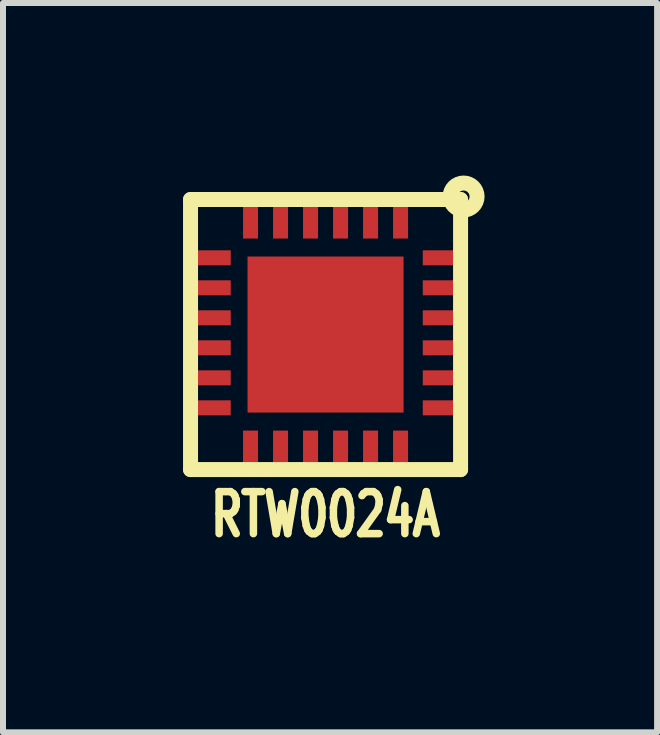
<source format=kicad_pcb>
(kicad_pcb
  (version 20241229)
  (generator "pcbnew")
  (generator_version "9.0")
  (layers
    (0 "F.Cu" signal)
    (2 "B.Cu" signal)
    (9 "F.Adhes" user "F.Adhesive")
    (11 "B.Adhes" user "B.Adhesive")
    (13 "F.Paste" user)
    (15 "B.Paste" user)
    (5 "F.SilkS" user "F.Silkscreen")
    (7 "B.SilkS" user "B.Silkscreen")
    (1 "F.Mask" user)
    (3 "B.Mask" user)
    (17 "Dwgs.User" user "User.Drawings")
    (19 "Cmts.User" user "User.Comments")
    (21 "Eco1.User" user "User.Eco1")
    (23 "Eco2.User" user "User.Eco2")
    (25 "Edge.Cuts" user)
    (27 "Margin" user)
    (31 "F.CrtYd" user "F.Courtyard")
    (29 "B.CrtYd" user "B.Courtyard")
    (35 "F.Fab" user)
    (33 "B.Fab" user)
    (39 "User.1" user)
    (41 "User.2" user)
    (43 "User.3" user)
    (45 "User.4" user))
  (footprint "RTW0024A"
    (layer "F.Cu")
    (at 2.375 2.525)
    (property "Reference" "RTW0024A" (at 0 3 0) (layer "F.SilkS") (effects (font (size 0.7 0.5) (thickness 0.125))))
    (attr through_hole)
    (fp_line (start -2.25 -2.25) (end -2.25 2.25) (stroke (width 0.25) (type solid)) (layer "F.SilkS"))
    (fp_line (start -2.25 2.25) (end 2.25 2.25) (stroke (width 0.25) (type solid)) (layer "F.SilkS"))
    (fp_line (start 2.25 -2.25) (end -2.25 -2.25) (stroke (width 0.25) (type solid)) (layer "F.SilkS"))
    (fp_line (start 2.25 2.25) (end 2.25 -2.25) (stroke (width 0.25) (type solid)) (layer "F.SilkS"))
    (fp_circle (center 2.3 -2.3) (end 2.3 -2.2) (stroke (width 0.25) (type solid)) (fill no) (layer "F.SilkS"))
    (pad "1" smd rect (at -1.25 -1.9) (size 0.25 0.6) (layers "F.Cu" "F.Mask" "F.Paste"))
    (pad "2" smd rect (at -0.75 -1.9) (size 0.25 0.6) (layers "F.Cu" "F.Mask" "F.Paste"))
    (pad "3" smd rect (at -0.25 -1.9) (size 0.25 0.6) (layers "F.Cu" "F.Mask" "F.Paste"))
    (pad "4" smd rect (at 0.25 -1.9) (size 0.25 0.6) (layers "F.Cu" "F.Mask" "F.Paste"))
    (pad "5" smd rect (at 0.75 -1.9) (size 0.25 0.6) (layers "F.Cu" "F.Mask" "F.Paste"))
    (pad "6" smd rect (at 1.25 -1.9) (size 0.25 0.6) (layers "F.Cu" "F.Mask" "F.Paste"))
    (pad "7" smd rect (at 1.92 -1.279 90) (size 0.25 0.6) (layers "F.Cu" "F.Mask" "F.Paste"))
    (pad "8" smd rect (at 1.92 -0.779 90) (size 0.25 0.6) (layers "F.Cu" "F.Mask" "F.Paste"))
    (pad "9" smd rect (at 1.92 -0.279 90) (size 0.25 0.6) (layers "F.Cu" "F.Mask" "F.Paste"))
    (pad "10" smd rect (at 1.92 0.221 90) (size 0.25 0.6) (layers "F.Cu" "F.Mask" "F.Paste"))
    (pad "11" smd rect (at 1.92 0.721 90) (size 0.25 0.6) (layers "F.Cu" "F.Mask" "F.Paste"))
    (pad "12" smd rect (at 1.92 1.221 90) (size 0.25 0.6) (layers "F.Cu" "F.Mask" "F.Paste"))
    (pad "13" smd rect (at 1.25 1.9) (size 0.25 0.6) (layers "F.Cu" "F.Mask" "F.Paste"))
    (pad "14" smd rect (at 0.75 1.9) (size 0.25 0.6) (layers "F.Cu" "F.Mask" "F.Paste"))
    (pad "15" smd rect (at 0.25 1.9) (size 0.25 0.6) (layers "F.Cu" "F.Mask" "F.Paste"))
    (pad "16" smd rect (at -0.25 1.9) (size 0.25 0.6) (layers "F.Cu" "F.Mask" "F.Paste"))
    (pad "17" smd rect (at -0.75 1.9) (size 0.25 0.6) (layers "F.Cu" "F.Mask" "F.Paste"))
    (pad "18" smd rect (at -1.25 1.9) (size 0.25 0.6) (layers "F.Cu" "F.Mask" "F.Paste"))
    (pad "19" smd rect (at -1.88 1.221 90) (size 0.25 0.6) (layers "F.Cu" "F.Mask" "F.Paste"))
    (pad "20" smd rect (at -1.88 0.721 90) (size 0.25 0.6) (layers "F.Cu" "F.Mask" "F.Paste"))
    (pad "21" smd rect (at -1.88 0.221 90) (size 0.25 0.6) (layers "F.Cu" "F.Mask" "F.Paste"))
    (pad "22" smd rect (at -1.88 -0.279 90) (size 0.25 0.6) (layers "F.Cu" "F.Mask" "F.Paste"))
    (pad "23" smd rect (at -1.88 -0.779 90) (size 0.25 0.6) (layers "F.Cu" "F.Mask" "F.Paste"))
    (pad "24" smd rect (at -1.88 -1.279 90) (size 0.25 0.6) (layers "F.Cu" "F.Mask" "F.Paste"))
    (pad "25" smd rect (at 0 0) (size 2.6 2.6) (layers "F.Cu" "F.Mask" "F.Paste")))
  (gr_rect
    (start -3 -3)
    (end 7.9 9.154)
    (stroke (width 0.1) (type default))
    (fill no)
    (layer "Edge.Cuts")))
</source>
